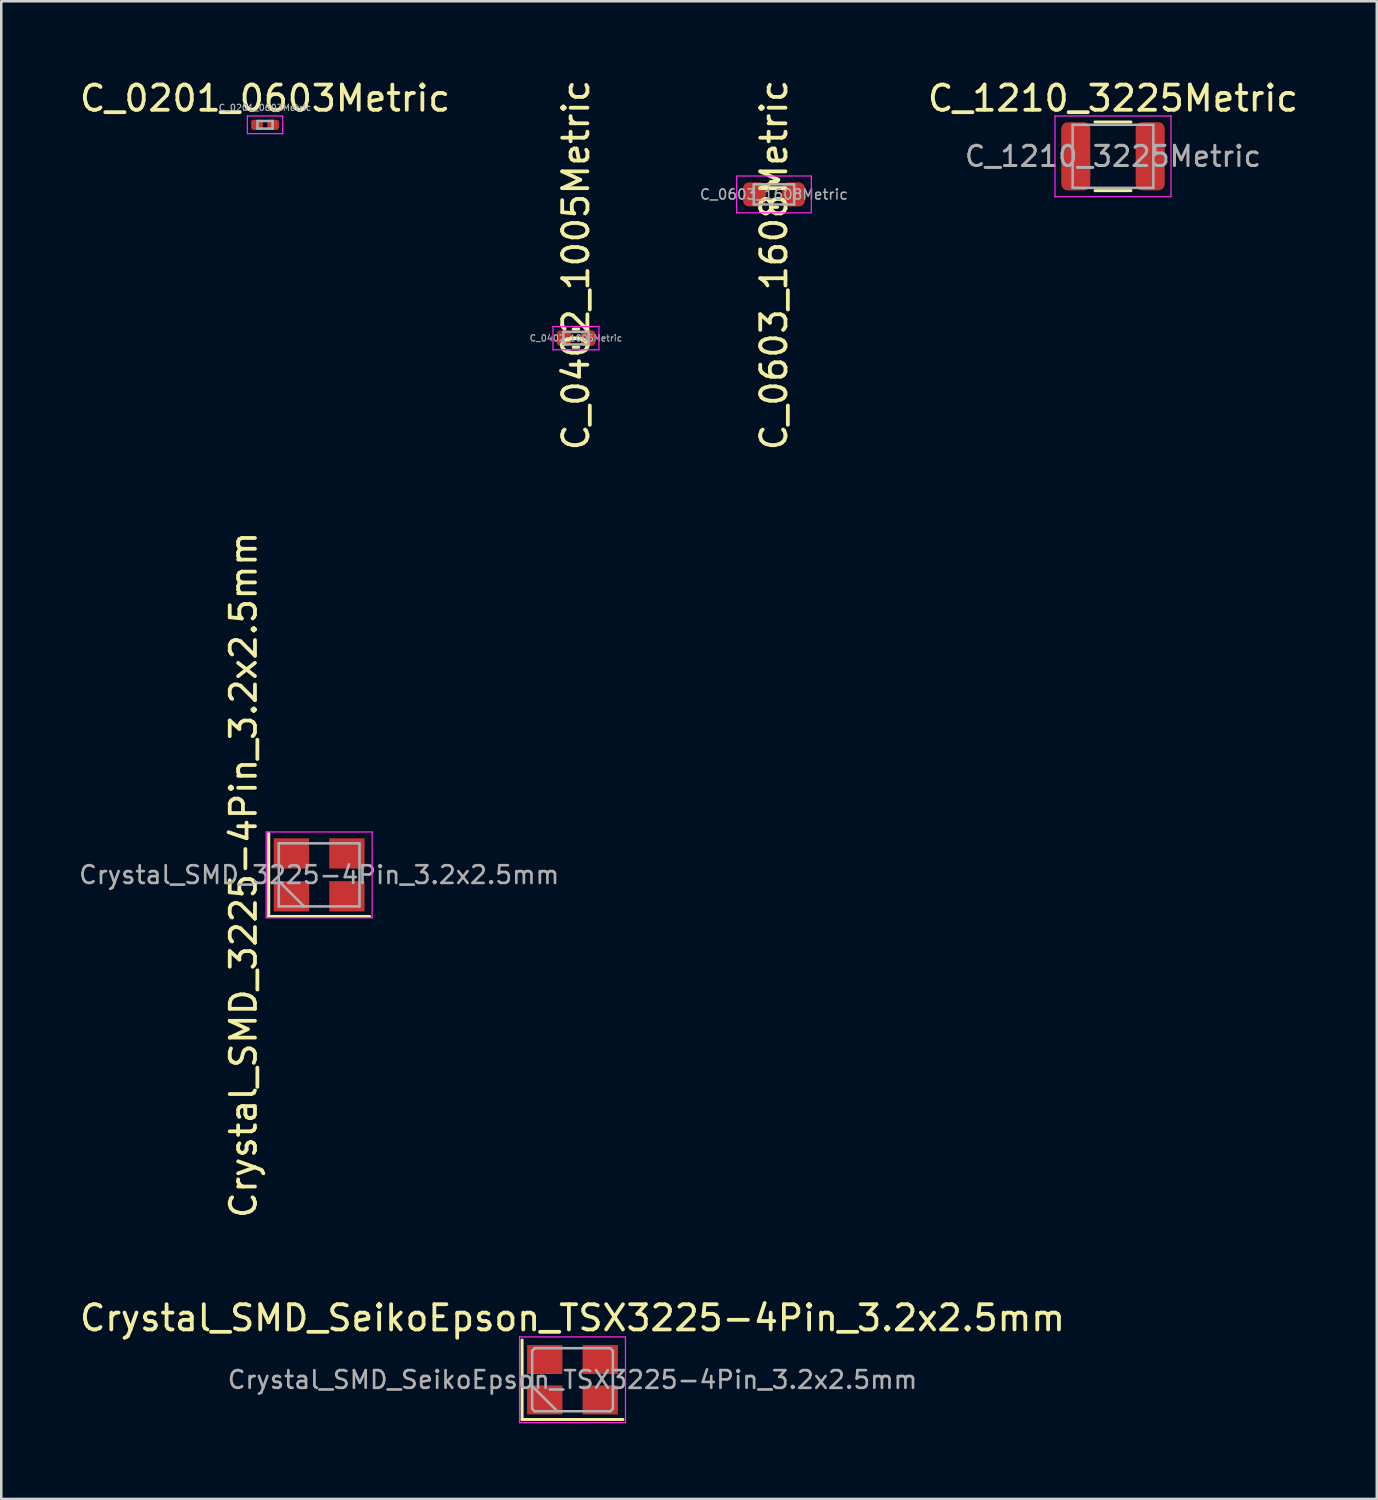
<source format=kicad_pcb>
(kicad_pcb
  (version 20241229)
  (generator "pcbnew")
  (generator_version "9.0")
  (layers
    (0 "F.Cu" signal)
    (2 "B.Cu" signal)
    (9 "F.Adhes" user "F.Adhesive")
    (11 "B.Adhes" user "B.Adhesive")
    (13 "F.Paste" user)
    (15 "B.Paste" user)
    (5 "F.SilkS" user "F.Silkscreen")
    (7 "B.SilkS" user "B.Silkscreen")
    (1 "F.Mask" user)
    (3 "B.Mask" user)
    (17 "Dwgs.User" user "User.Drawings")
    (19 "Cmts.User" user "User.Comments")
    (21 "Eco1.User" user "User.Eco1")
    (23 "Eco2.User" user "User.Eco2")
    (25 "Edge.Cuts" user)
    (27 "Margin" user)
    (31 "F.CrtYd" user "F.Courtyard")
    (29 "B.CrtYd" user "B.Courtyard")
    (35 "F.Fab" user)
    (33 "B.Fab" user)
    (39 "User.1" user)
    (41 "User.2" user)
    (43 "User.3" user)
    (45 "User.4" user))
  (footprint "C_1210_3225Metric"
    (layer "F.Cu")
    (at 41.078 3.148)
    (property "Reference" "C_1210_3225Metric" (at 0 -2.3 180) (layer "F.SilkS") (effects (font (size 1 1) (thickness 0.15))))
    (attr smd)
    (fp_line (start -0.711 -1.36) (end 0.711 -1.36) (stroke (width 0.12) (type solid)) (layer "F.SilkS"))
    (fp_line (start -0.711 1.36) (end 0.711 1.36) (stroke (width 0.12) (type solid)) (layer "F.SilkS"))
    (fp_line (start -2.3 -1.6) (end 2.3 -1.6) (stroke (width 0.05) (type solid)) (layer "F.CrtYd"))
    (fp_line (start -2.3 1.6) (end -2.3 -1.6) (stroke (width 0.05) (type solid)) (layer "F.CrtYd"))
    (fp_line (start 2.3 -1.6) (end 2.3 1.6) (stroke (width 0.05) (type solid)) (layer "F.CrtYd"))
    (fp_line (start 2.3 1.6) (end -2.3 1.6) (stroke (width 0.05) (type solid)) (layer "F.CrtYd"))
    (fp_line (start -1.6 -1.25) (end 1.6 -1.25) (stroke (width 0.1) (type solid)) (layer "F.Fab"))
    (fp_line (start -1.6 1.25) (end -1.6 -1.25) (stroke (width 0.1) (type solid)) (layer "F.Fab"))
    (fp_line (start 1.6 -1.25) (end 1.6 1.25) (stroke (width 0.1) (type solid)) (layer "F.Fab"))
    (fp_line (start 1.6 1.25) (end -1.6 1.25) (stroke (width 0.1) (type solid)) (layer "F.Fab"))
    (fp_text user "${REFERENCE}" (at 0 0 180) (layer "F.Fab") (effects (font (size 0.8 0.8) (thickness 0.12))))
    (pad "1" smd roundrect (at -1.475 0 180) (size 1.15 2.7) (layers "F.Cu" "F.Mask" "F.Paste") (roundrect_rratio 0.217))
    (pad "2" smd roundrect (at 1.475 0 180) (size 1.15 2.7) (layers "F.Cu" "F.Mask" "F.Paste") (roundrect_rratio 0.217)))
  (footprint "C_0402_1005Metric"
    (layer "F.Cu")
    (at 19.785 10.358)
    (property "Reference" "C_0402_1005Metric" (at 0 -2.9 270) (layer "F.SilkS") (effects (font (size 1 1) (thickness 0.15))))
    (attr smd)
    (fp_line (start -0.108 -0.36) (end 0.108 -0.36) (stroke (width 0.12) (type solid)) (layer "F.SilkS"))
    (fp_line (start -0.108 0.36) (end 0.108 0.36) (stroke (width 0.12) (type solid)) (layer "F.SilkS"))
    (fp_line (start -0.91 -0.46) (end 0.91 -0.46) (stroke (width 0.05) (type solid)) (layer "F.CrtYd"))
    (fp_line (start -0.91 0.46) (end -0.91 -0.46) (stroke (width 0.05) (type solid)) (layer "F.CrtYd"))
    (fp_line (start 0.91 -0.46) (end 0.91 0.46) (stroke (width 0.05) (type solid)) (layer "F.CrtYd"))
    (fp_line (start 0.91 0.46) (end -0.91 0.46) (stroke (width 0.05) (type solid)) (layer "F.CrtYd"))
    (fp_line (start -0.5 -0.25) (end 0.5 -0.25) (stroke (width 0.1) (type solid)) (layer "F.Fab"))
    (fp_line (start -0.5 0.25) (end -0.5 -0.25) (stroke (width 0.1) (type solid)) (layer "F.Fab"))
    (fp_line (start 0.5 -0.25) (end 0.5 0.25) (stroke (width 0.1) (type solid)) (layer "F.Fab"))
    (fp_line (start 0.5 0.25) (end -0.5 0.25) (stroke (width 0.1) (type solid)) (layer "F.Fab"))
    (fp_text user "${REFERENCE}" (at 0 0 180) (layer "F.Fab") (effects (font (size 0.25 0.25) (thickness 0.04))))
    (pad "1" smd roundrect (at -0.48 0 180) (size 0.56 0.62) (layers "F.Cu" "F.Mask" "F.Paste") (roundrect_rratio 0.25))
    (pad "2" smd roundrect (at 0.48 0 180) (size 0.56 0.62) (layers "F.Cu" "F.Mask" "F.Paste") (roundrect_rratio 0.25)))
  (footprint "C_0603_1608Metric"
    (layer "F.Cu")
    (at 27.637 4.658)
    (property "Reference" "C_0603_1608Metric" (at 0 2.8 270) (layer "F.SilkS") (effects (font (size 1 1) (thickness 0.15))))
    (attr smd)
    (fp_line (start -0.141 -0.51) (end 0.141 -0.51) (stroke (width 0.12) (type solid)) (layer "F.SilkS"))
    (fp_line (start -0.141 0.51) (end 0.141 0.51) (stroke (width 0.12) (type solid)) (layer "F.SilkS"))
    (fp_line (start -1.48 -0.73) (end 1.48 -0.73) (stroke (width 0.05) (type solid)) (layer "F.CrtYd"))
    (fp_line (start -1.48 0.73) (end -1.48 -0.73) (stroke (width 0.05) (type solid)) (layer "F.CrtYd"))
    (fp_line (start 1.48 -0.73) (end 1.48 0.73) (stroke (width 0.05) (type solid)) (layer "F.CrtYd"))
    (fp_line (start 1.48 0.73) (end -1.48 0.73) (stroke (width 0.05) (type solid)) (layer "F.CrtYd"))
    (fp_line (start -0.8 -0.4) (end 0.8 -0.4) (stroke (width 0.1) (type solid)) (layer "F.Fab"))
    (fp_line (start -0.8 0.4) (end -0.8 -0.4) (stroke (width 0.1) (type solid)) (layer "F.Fab"))
    (fp_line (start 0.8 -0.4) (end 0.8 0.4) (stroke (width 0.1) (type solid)) (layer "F.Fab"))
    (fp_line (start 0.8 0.4) (end -0.8 0.4) (stroke (width 0.1) (type solid)) (layer "F.Fab"))
    (fp_text user "${REFERENCE}" (at 0 0 180) (layer "F.Fab") (effects (font (size 0.4 0.4) (thickness 0.06))))
    (pad "1" smd roundrect (at -0.775 0 180) (size 0.9 0.95) (layers "F.Cu" "F.Mask" "F.Paste") (roundrect_rratio 0.25))
    (pad "2" smd roundrect (at 0.775 0 180) (size 0.9 0.95) (layers "F.Cu" "F.Mask" "F.Paste") (roundrect_rratio 0.25)))
  (footprint "C_0201_0603Metric"
    (layer "F.Cu")
    (at 7.458 1.898)
    (property "Reference" "C_0201_0603Metric" (at 0 -1.05 180) (layer "F.SilkS") (effects (font (size 1 1) (thickness 0.15))))
    (attr smd)
    (fp_line (start -0.7 -0.35) (end 0.7 -0.35) (stroke (width 0.05) (type solid)) (layer "F.CrtYd"))
    (fp_line (start -0.7 0.35) (end -0.7 -0.35) (stroke (width 0.05) (type solid)) (layer "F.CrtYd"))
    (fp_line (start 0.7 -0.35) (end 0.7 0.35) (stroke (width 0.05) (type solid)) (layer "F.CrtYd"))
    (fp_line (start 0.7 0.35) (end -0.7 0.35) (stroke (width 0.05) (type solid)) (layer "F.CrtYd"))
    (fp_line (start -0.3 -0.15) (end 0.3 -0.15) (stroke (width 0.1) (type solid)) (layer "F.Fab"))
    (fp_line (start -0.3 0.15) (end -0.3 -0.15) (stroke (width 0.1) (type solid)) (layer "F.Fab"))
    (fp_line (start 0.3 -0.15) (end 0.3 0.15) (stroke (width 0.1) (type solid)) (layer "F.Fab"))
    (fp_line (start 0.3 0.15) (end -0.3 0.15) (stroke (width 0.1) (type solid)) (layer "F.Fab"))
    (fp_text user "${REFERENCE}" (at 0 -0.68 180) (layer "F.Fab") (effects (font (size 0.25 0.25) (thickness 0.04))))
    (pad "" smd roundrect (at -0.345 0 180) (size 0.318 0.36) (layers "F.Paste") (roundrect_rratio 0.25))
    (pad "" smd roundrect (at 0.345 0 180) (size 0.318 0.36) (layers "F.Paste") (roundrect_rratio 0.25))
    (pad "1" smd roundrect (at -0.32 0 180) (size 0.46 0.4) (layers "F.Cu" "F.Mask") (roundrect_rratio 0.25))
    (pad "2" smd roundrect (at 0.32 0 180) (size 0.46 0.4) (layers "F.Cu" "F.Mask") (roundrect_rratio 0.25)))
  (footprint "Crystal_SMD_SeikoEpson_TSX3225-4Pin_3.2x2.5mm"
    (layer "F.Cu")
    (at 19.649 51.655)
    (property "Reference" "Crystal_SMD_SeikoEpson_TSX3225-4Pin_3.2x2.5mm" (at 0 -2.45 0) (layer "F.SilkS") (effects (font (size 1 1) (thickness 0.15))))
    (attr smd)
    (fp_line (start -2 -1.575) (end -2 1.575) (stroke (width 0.12) (type solid)) (layer "F.SilkS"))
    (fp_line (start -2 1.575) (end 2 1.575) (stroke (width 0.12) (type solid)) (layer "F.SilkS"))
    (fp_line (start -2.1 -1.7) (end -2.1 1.7) (stroke (width 0.05) (type solid)) (layer "F.CrtYd"))
    (fp_line (start -2.1 1.7) (end 2.1 1.7) (stroke (width 0.05) (type solid)) (layer "F.CrtYd"))
    (fp_line (start 2.1 -1.7) (end -2.1 -1.7) (stroke (width 0.05) (type solid)) (layer "F.CrtYd"))
    (fp_line (start 2.1 1.7) (end 2.1 -1.7) (stroke (width 0.05) (type solid)) (layer "F.CrtYd"))
    (fp_line (start -1.6 -1.15) (end -1.5 -1.25) (stroke (width 0.1) (type solid)) (layer "F.Fab"))
    (fp_line (start -1.6 0.25) (end -0.6 1.25) (stroke (width 0.1) (type solid)) (layer "F.Fab"))
    (fp_line (start -1.6 1.15) (end -1.6 -1.15) (stroke (width 0.1) (type solid)) (layer "F.Fab"))
    (fp_line (start -1.5 -1.25) (end 1.5 -1.25) (stroke (width 0.1) (type solid)) (layer "F.Fab"))
    (fp_line (start -1.5 1.25) (end -1.6 1.15) (stroke (width 0.1) (type solid)) (layer "F.Fab"))
    (fp_line (start 1.5 -1.25) (end 1.6 -1.15) (stroke (width 0.1) (type solid)) (layer "F.Fab"))
    (fp_line (start 1.5 1.25) (end -1.5 1.25) (stroke (width 0.1) (type solid)) (layer "F.Fab"))
    (fp_line (start 1.6 -1.15) (end 1.6 1.15) (stroke (width 0.1) (type solid)) (layer "F.Fab"))
    (fp_line (start 1.6 1.15) (end 1.5 1.25) (stroke (width 0.1) (type solid)) (layer "F.Fab"))
    (fp_text user "${REFERENCE}" (at 0 0 0) (layer "F.Fab") (effects (font (size 0.7 0.7) (thickness 0.105))))
    (pad "1" smd rect (at -1.1 0.8) (size 1.4 1.15) (layers "F.Cu" "F.Mask" "F.Paste"))
    (pad "2" smd rect (at 1.1 0.8) (size 1.4 1.15) (layers "F.Cu" "F.Mask" "F.Paste"))
    (pad "3" smd rect (at 1.1 -0.8) (size 1.4 1.15) (layers "F.Cu" "F.Mask" "F.Paste"))
    (pad "4" smd rect (at -1.1 -0.8) (size 1.4 1.15) (layers "F.Cu" "F.Mask" "F.Paste")))
  (footprint "Crystal_SMD_3225-4Pin_3.2x2.5mm"
    (layer "F.Cu")
    (at 9.604 31.637)
    (property "Reference" "Crystal_SMD_3225-4Pin_3.2x2.5mm" (at -3 0 270) (layer "F.SilkS") (effects (font (size 1 1) (thickness 0.15))))
    (attr smd)
    (fp_line (start -2 -1.65) (end -2 1.65) (stroke (width 0.12) (type solid)) (layer "F.SilkS"))
    (fp_line (start -2 1.65) (end 2 1.65) (stroke (width 0.12) (type solid)) (layer "F.SilkS"))
    (fp_line (start -2.1 -1.7) (end -2.1 1.7) (stroke (width 0.05) (type solid)) (layer "F.CrtYd"))
    (fp_line (start -2.1 1.7) (end 2.1 1.7) (stroke (width 0.05) (type solid)) (layer "F.CrtYd"))
    (fp_line (start 2.1 -1.7) (end -2.1 -1.7) (stroke (width 0.05) (type solid)) (layer "F.CrtYd"))
    (fp_line (start 2.1 1.7) (end 2.1 -1.7) (stroke (width 0.05) (type solid)) (layer "F.CrtYd"))
    (fp_line (start -1.6 -1.25) (end -1.6 1.25) (stroke (width 0.1) (type solid)) (layer "F.Fab"))
    (fp_line (start -1.6 0.25) (end -0.6 1.25) (stroke (width 0.1) (type solid)) (layer "F.Fab"))
    (fp_line (start -1.6 1.25) (end 1.6 1.25) (stroke (width 0.1) (type solid)) (layer "F.Fab"))
    (fp_line (start 1.6 -1.25) (end -1.6 -1.25) (stroke (width 0.1) (type solid)) (layer "F.Fab"))
    (fp_line (start 1.6 1.25) (end 1.6 -1.25) (stroke (width 0.1) (type solid)) (layer "F.Fab"))
    (fp_text user "${REFERENCE}" (at 0 0 180) (layer "F.Fab") (effects (font (size 0.7 0.7) (thickness 0.105))))
    (pad "1" smd rect (at -1.1 0.85) (size 1.4 1.2) (layers "F.Cu" "F.Mask" "F.Paste"))
    (pad "2" smd rect (at 1.1 0.85) (size 1.4 1.2) (layers "F.Cu" "F.Mask" "F.Paste"))
    (pad "3" smd rect (at 1.1 -0.85) (size 1.4 1.2) (layers "F.Cu" "F.Mask" "F.Paste"))
    (pad "4" smd rect (at -1.1 -0.85) (size 1.4 1.2) (layers "F.Cu" "F.Mask" "F.Paste")))
  (gr_rect
    (start -3 -3)
    (end 51.537 56.38)
    (stroke (width 0.1) (type default))
    (fill no)
    (layer "Edge.Cuts")))
</source>
